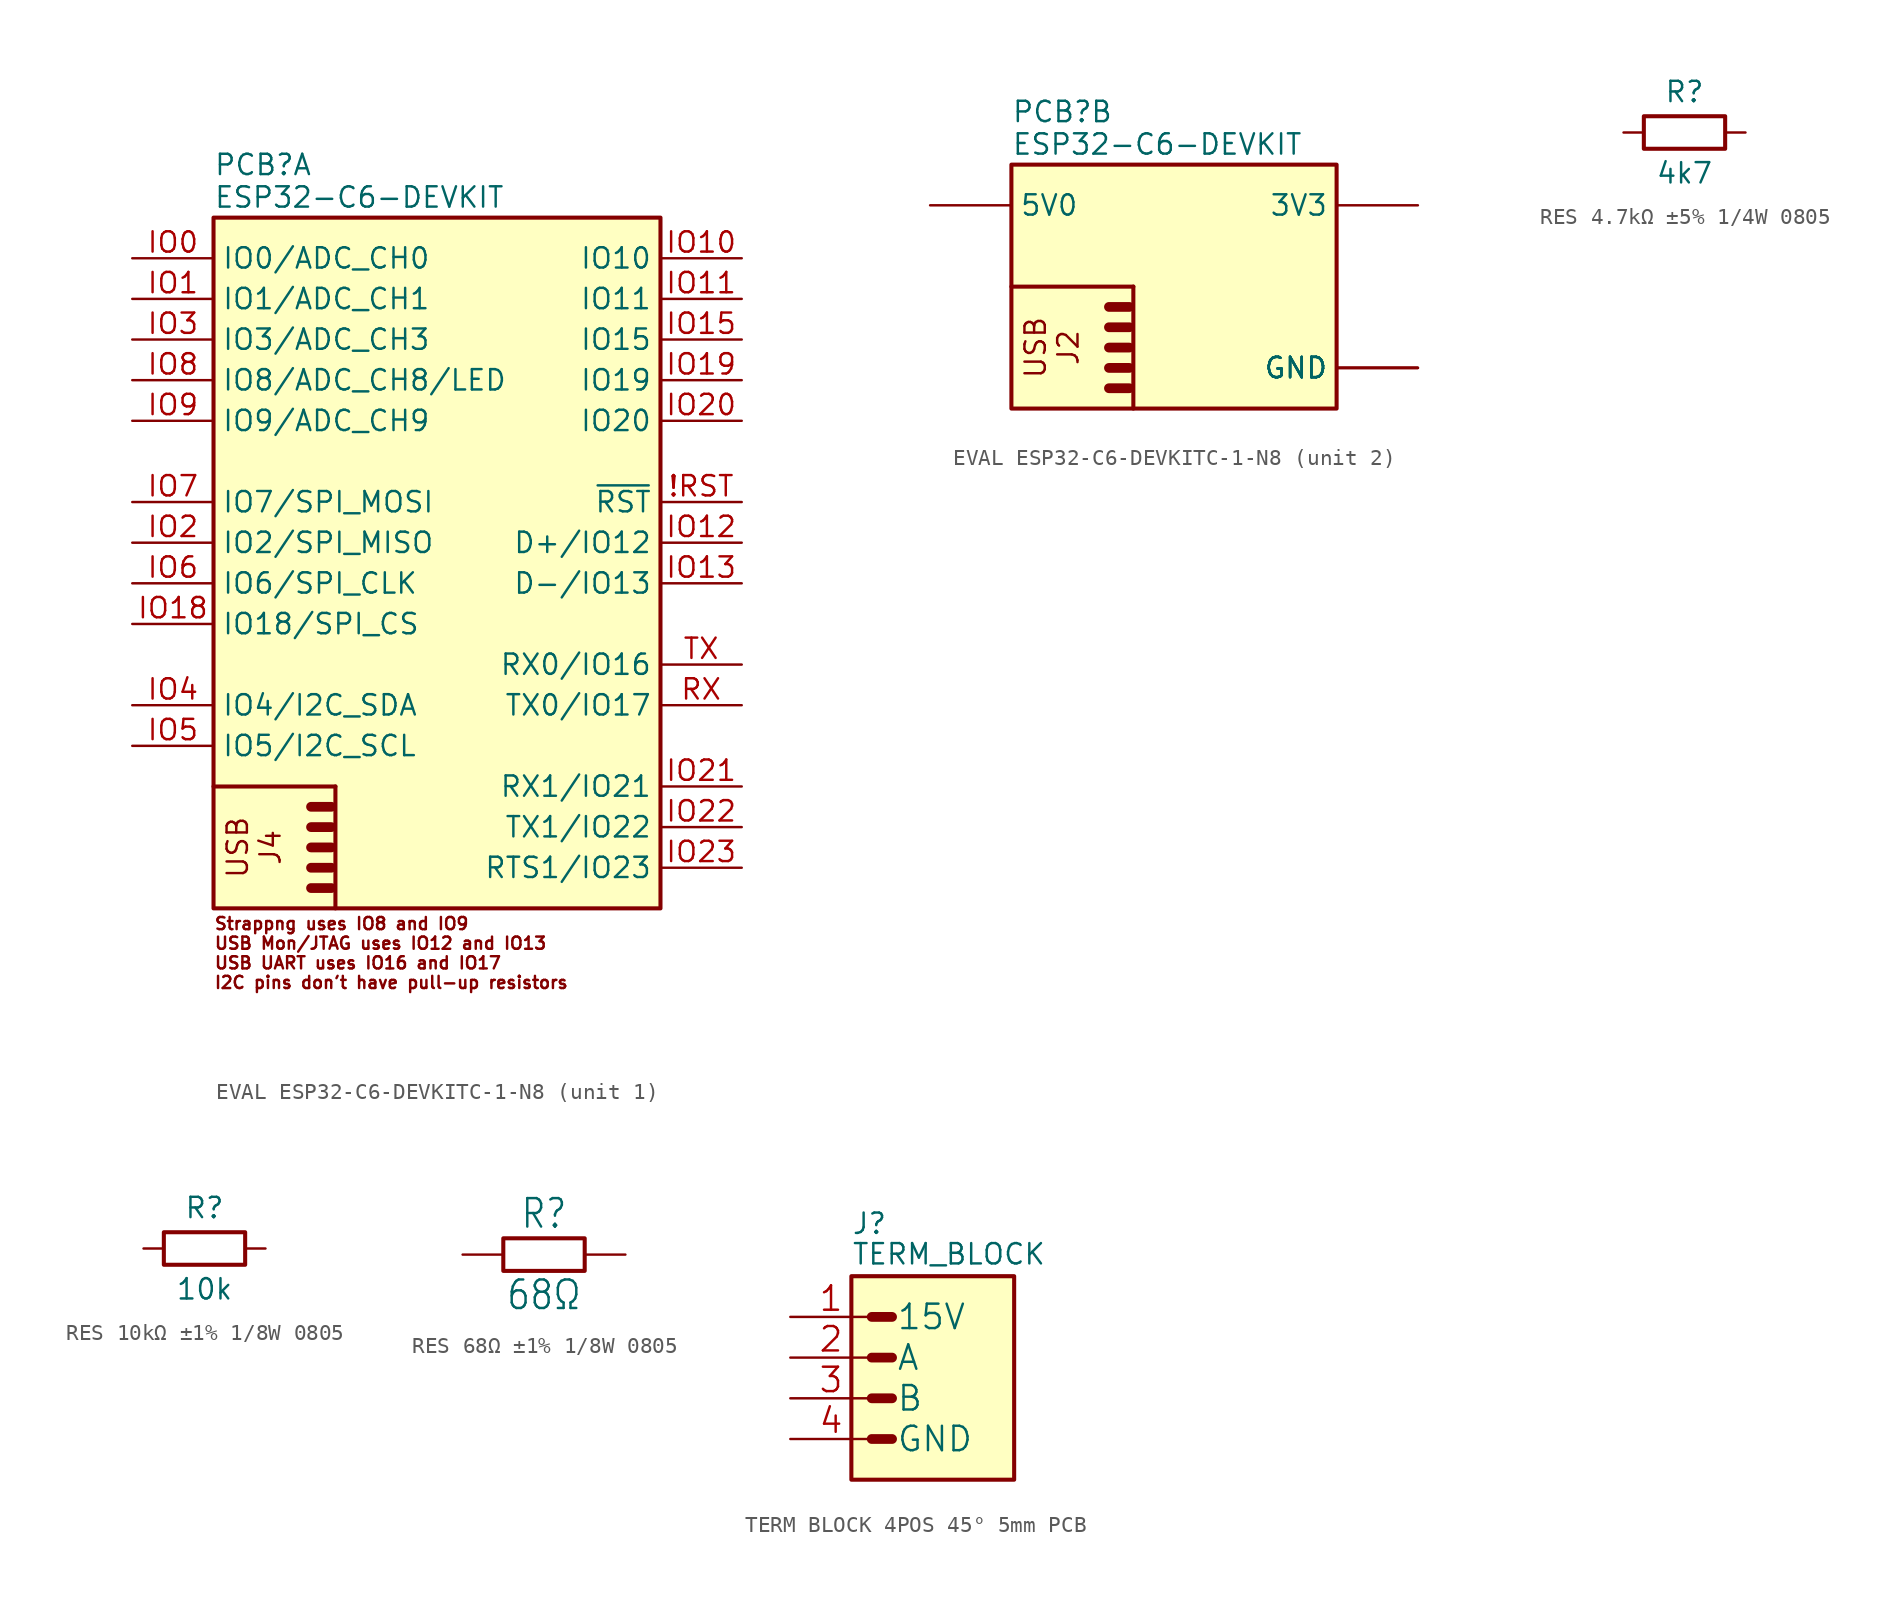
<source format=kicad_sym>
(kicad_symbol_lib
  (version 20241209)
  (generator "kicad_symbol_editor")
  (generator_version "9.0")
  (symbol "EVAL ESP32-C6-DEVKITC-1-N8"
    (property "Reference" "PCB"
      (at 0 3.302 0)
      (effects (font (size 1.27 1.27)) (justify left)))
    (property "Value" "ESP32-C6-DEVKIT"
      (at 0 1.27 0)
      (effects (font (size 1.27 1.27)) (justify left)))
    (property "ki_locked" ""
      (at 0 0 0)
      (effects (font (size 1.27 1.27))))
    (symbol "EVAL ESP32-C6-DEVKITC-1-N8_1_0"
      (unit_name "I/O")
      (polyline (pts (xy 6.096 -36.83) (xy 7.366 -36.83)) (stroke (width 0.61) (type solid)) (fill (type none)))
      (polyline (pts (xy 6.096 -38.1) (xy 7.366 -38.1)) (stroke (width 0.61) (type solid)) (fill (type none)))
      (polyline (pts (xy 6.096 -39.37) (xy 7.366 -39.37)) (stroke (width 0.61) (type solid)) (fill (type none)))
      (polyline (pts (xy 6.096 -40.64) (xy 7.366 -40.64)) (stroke (width 0.61) (type solid)) (fill (type none)))
      (polyline (pts (xy 6.096 -41.91) (xy 7.366 -41.91)) (stroke (width 0.61) (type solid)) (fill (type none)))
      (polyline (pts (xy 7.62 -35.56) (xy 0 -35.56)) (stroke (width 0.254) (type solid)) (fill (type none)))
      (polyline (pts (xy 7.62 -35.56) (xy 7.62 -43.18)) (stroke (width 0.254) (type solid)) (fill (type none)))
      (text "Strappng uses IO8 and IO9\nUSB Mon/JTAG uses IO12 and IO13\nUSB UART uses IO16 and IO17\nI2C pins don't have pull-up resistors" (at 0 -48.26 0) (effects (font (size 0.762 0.762)) (justify left bottom)))
      (text "USB\nJ4" (at 0.762 -39.37 900) (effects (font (size 1.27 1.27)) (justify top)))
      (pin bidirectional line (at -5.08 -2.54 0) (length 5.08) (name "IO0/ADC_CH0" (effects (font (size 1.27 1.27)))) (number "IO0" (effects (font (size 1.27 1.27)))))
      (pin bidirectional line (at -5.08 -5.08 0) (length 5.08) (name "IO1/ADC_CH1" (effects (font (size 1.27 1.27)))) (number "IO1" (effects (font (size 1.27 1.27)))))
      (pin bidirectional line (at -5.08 -7.62 0) (length 5.08) (name "IO3/ADC_CH3" (effects (font (size 1.27 1.27)))) (number "IO3" (effects (font (size 1.27 1.27)))))
      (pin bidirectional line (at -5.08 -10.16 0) (length 5.08) (name "IO8/ADC_CH8/LED" (effects (font (size 1.27 1.27)))) (number "IO8" (effects (font (size 1.27 1.27)))))
      (pin bidirectional line (at -5.08 -12.7 0) (length 5.08) (name "IO9/ADC_CH9" (effects (font (size 1.27 1.27)))) (number "IO9" (effects (font (size 1.27 1.27)))))
      (pin bidirectional line (at -5.08 -17.78 0) (length 5.08) (name "IO7/SPI_MOSI" (effects (font (size 1.27 1.27)))) (number "IO7" (effects (font (size 1.27 1.27)))))
      (pin bidirectional line (at -5.08 -20.32 0) (length 5.08) (name "IO2/SPI_MISO" (effects (font (size 1.27 1.27)))) (number "IO2" (effects (font (size 1.27 1.27)))))
      (pin bidirectional line (at -5.08 -22.86 0) (length 5.08) (name "IO6/SPI_CLK" (effects (font (size 1.27 1.27)))) (number "IO6" (effects (font (size 1.27 1.27)))))
      (pin bidirectional line (at -5.08 -25.4 0) (length 5.08) (name "IO18/SPI_CS" (effects (font (size 1.27 1.27)))) (number "IO18" (effects (font (size 1.27 1.27)))))
      (pin bidirectional line (at -5.08 -30.48 0) (length 5.08) (name "IO4/I2C_SDA" (effects (font (size 1.27 1.27)))) (number "IO4" (effects (font (size 1.27 1.27)))))
      (pin bidirectional line (at -5.08 -33.02 0) (length 5.08) (name "IO5/I2C_SCL" (effects (font (size 1.27 1.27)))) (number "IO5" (effects (font (size 1.27 1.27)))))
      (pin bidirectional line (at 33.02 -2.54 180) (length 5.08) (name "IO10" (effects (font (size 1.27 1.27)))) (number "IO10" (effects (font (size 1.27 1.27)))))
      (pin bidirectional line (at 33.02 -5.08 180) (length 5.08) (name "IO11" (effects (font (size 1.27 1.27)))) (number "IO11" (effects (font (size 1.27 1.27)))))
      (pin bidirectional line (at 33.02 -7.62 180) (length 5.08) (name "IO15" (effects (font (size 1.27 1.27)))) (number "IO15" (effects (font (size 1.27 1.27)))))
      (pin bidirectional line (at 33.02 -10.16 180) (length 5.08) (name "IO19" (effects (font (size 1.27 1.27)))) (number "IO19" (effects (font (size 1.27 1.27)))))
      (pin bidirectional line (at 33.02 -12.7 180) (length 5.08) (name "IO20" (effects (font (size 1.27 1.27)))) (number "IO20" (effects (font (size 1.27 1.27)))))
      (pin unspecified line (at 33.02 -17.78 180) (length 5.08) (name "~{RST}" (effects (font (size 1.27 1.27)))) (number "!RST" (effects (font (size 1.27 1.27)))))
      (pin unspecified line (at 33.02 -20.32 180) (length 5.08) (name "D+/IO12" (effects (font (size 1.27 1.27)))) (number "IO12" (effects (font (size 1.27 1.27)))))
      (pin unspecified line (at 33.02 -22.86 180) (length 5.08) (name "D-/IO13" (effects (font (size 1.27 1.27)))) (number "IO13" (effects (font (size 1.27 1.27)))))
      (pin unspecified line (at 33.02 -27.94 180) (length 5.08) (name "RX0/IO16" (effects (font (size 1.27 1.27)))) (number "TX" (effects (font (size 1.27 1.27)))))
      (pin unspecified line (at 33.02 -30.48 180) (length 5.08) (name "TX0/IO17" (effects (font (size 1.27 1.27)))) (number "RX" (effects (font (size 1.27 1.27)))))
      (pin bidirectional line (at 33.02 -35.56 180) (length 5.08) (name "RX1/IO21" (effects (font (size 1.27 1.27)))) (number "IO21" (effects (font (size 1.27 1.27)))))
      (pin bidirectional line (at 33.02 -38.1 180) (length 5.08) (name "TX1/IO22" (effects (font (size 1.27 1.27)))) (number "IO22" (effects (font (size 1.27 1.27)))))
      (pin bidirectional line (at 33.02 -40.64 180) (length 5.08) (name "RTS1/IO23" (effects (font (size 1.27 1.27)))) (number "IO23" (effects (font (size 1.27 1.27))))))
    (symbol "EVAL ESP32-C6-DEVKITC-1-N8_1_1"
      (unit_name "I/O")
      (rectangle (start 0 0) (end 27.94 -43.18) (stroke (width 0.254) (type default)) (fill (type background))))
    (symbol "EVAL ESP32-C6-DEVKITC-1-N8_2_0"
      (unit_name "P")
      (polyline (pts (xy 6.096 -8.89) (xy 7.366 -8.89)) (stroke (width 0.61) (type solid)) (fill (type none)))
      (polyline (pts (xy 6.096 -10.16) (xy 7.366 -10.16)) (stroke (width 0.61) (type solid)) (fill (type none)))
      (polyline (pts (xy 6.096 -11.43) (xy 7.366 -11.43)) (stroke (width 0.61) (type solid)) (fill (type none)))
      (polyline (pts (xy 6.096 -12.7) (xy 7.366 -12.7)) (stroke (width 0.61) (type solid)) (fill (type none)))
      (polyline (pts (xy 6.096 -13.97) (xy 7.366 -13.97)) (stroke (width 0.61) (type solid)) (fill (type none)))
      (polyline (pts (xy 7.62 -7.62) (xy 0 -7.62)) (stroke (width 0.254) (type solid)) (fill (type none)))
      (polyline (pts (xy 7.62 -7.62) (xy 7.62 -15.24)) (stroke (width 0.254) (type solid)) (fill (type none)))
      (text "USB\nJ2" (at 0.762 -11.43 900) (effects (font (size 1.27 1.27)) (justify top)))
      (pin power_in line (at -5.08 -2.54 0) (length 5.08) (name "5V0" (effects (font (size 1.27 1.27)))) (number "5V0" (effects (font (size 0 0)))))
      (pin power_out line (at 25.4 -2.54 180) (length 5.08) (name "3V3" (effects (font (size 1.27 1.27)))) (number "3V3" (effects (font (size 0 0)))))
      (pin power_in line (at 25.4 -12.7 180) (length 5.08) (name "GND" (effects (font (size 1.27 1.27)))) (number "GND" (effects (font (size 0 0)))))
      (pin power_in line (at 25.4 -12.7 180) (length 5.08) (name "GND" (effects (font (size 1.27 1.27)))) (number "GND@1" (effects (font (size 0 0)))))
      (pin power_in line (at 25.4 -12.7 180) (length 5.08) (name "GND" (effects (font (size 1.27 1.27)))) (number "GND@2" (effects (font (size 0 0)))))
      (pin power_in line (at 25.4 -12.7 180) (length 5.08) (name "GND" (effects (font (size 1.27 1.27)))) (number "GND@3" (effects (font (size 0 0))))))
    (symbol "EVAL ESP32-C6-DEVKITC-1-N8_2_1"
      (unit_name "P")
      (rectangle (start 0 0) (end 20.32 -15.24) (stroke (width 0.254) (type default)) (fill (type background)))))
  (symbol "RES 4.7kΩ ±5% 1/4W 0805"
    (pin_numbers
      (hide yes))
    (pin_names
      (offset 0)
      (hide yes))
    (property "Reference" "R"
      (at 3.81 2.54 0)
      (effects (font (size 1.27 1.27))))
    (property "Value" "4k7"
      (at 3.81 -2.54 0)
      (effects (font (size 1.27 1.27))))
    (symbol "RES 4.7kΩ ±5% 1/4W 0805_0_1"
      (rectangle (start 1.27 1.016) (end 6.35 -1.016) (stroke (width 0.254) (type default)) (fill (type none))))
    (symbol "RES 4.7kΩ ±5% 1/4W 0805_1_1"
      (pin passive line (at 0 0 0) (length 1.27) (name "~" (effects (font (size 1.27 1.27)))) (number "1" (effects (font (size 1.27 1.27)))))
      (pin passive line (at 7.62 0 180) (length 1.27) (name "~" (effects (font (size 1.27 1.27)))) (number "2" (effects (font (size 1.27 1.27)))))))
  (symbol "RES 10kΩ ±1% 1/8W 0805"
    (pin_numbers
      (hide yes))
    (pin_names
      (offset 0)
      (hide yes))
    (property "Reference" "R"
      (at 3.81 2.54 0)
      (effects (font (size 1.27 1.27))))
    (property "Value" "10k"
      (at 3.81 -2.54 0)
      (effects (font (size 1.27 1.27))))
    (symbol "RES 10kΩ ±1% 1/8W 0805_0_1"
      (rectangle (start 1.27 1.016) (end 6.35 -1.016) (stroke (width 0.254) (type default)) (fill (type none))))
    (symbol "RES 10kΩ ±1% 1/8W 0805_1_1"
      (pin passive line (at 0 0 0) (length 1.27) (name "~" (effects (font (size 1.27 1.27)))) (number "1" (effects (font (size 1.27 1.27)))))
      (pin passive line (at 7.62 0 180) (length 1.27) (name "~" (effects (font (size 1.27 1.27)))) (number "2" (effects (font (size 1.27 1.27)))))))
  (symbol "RES 68Ω ±1% 1/8W 0805"
    (pin_numbers
      (hide yes))
    (pin_names
      (hide yes))
    (property "Reference" "R"
      (at 0 1.524 0)
      (effects (font (size 1.778 1.511)) (justify bottom)))
    (property "Value" "68Ω"
      (at 0 -3.556 0)
      (effects (font (size 1.778 1.511)) (justify bottom)))
    (symbol "RES 68Ω ±1% 1/8W 0805_0_1"
      (rectangle (start -2.54 1.016) (end 2.54 -1.016) (stroke (width 0.254) (type default)) (fill (type none))))
    (symbol "RES 68Ω ±1% 1/8W 0805_1_0"
      (pin passive line (at -5.08 0 0) (length 2.54) (name "1" (effects (font (size 0 0)))) (number "1" (effects (font (size 0 0)))))
      (pin passive line (at 5.08 0 180) (length 2.54) (name "2" (effects (font (size 0 0)))) (number "2" (effects (font (size 0 0)))))))
  (symbol "TERM BLOCK 4POS 45° 5mm PCB"
    (pin_names
      (offset 1.524))
    (property "Reference" "J"
      (at 0 2.54 0)
      (effects (font (size 1.27 1.27)) (justify left bottom)))
    (property "Value" "TERM_BLOCK"
      (at 0 0.635 0)
      (effects (font (size 1.27 1.27)) (justify left bottom)))
    (symbol "TERM BLOCK 4POS 45° 5mm PCB_1_0"
      (polyline (pts (xy 1.27 -2.54) (xy 2.54 -2.54)) (stroke (width 0.61) (type solid)) (fill (type none)))
      (polyline (pts (xy 1.27 -5.08) (xy 2.54 -5.08)) (stroke (width 0.61) (type solid)) (fill (type none)))
      (polyline (pts (xy 2.54 -7.62) (xy 1.27 -7.62)) (stroke (width 0.61) (type solid)) (fill (type none)))
      (polyline (pts (xy 2.54 -10.16) (xy 1.27 -10.16)) (stroke (width 0.61) (type solid)) (fill (type none)))
      (pin power_out line (at -3.81 -2.54 0) (length 5.08) (name "15V" (effects (font (size 1.524 1.524)))) (number "1" (effects (font (size 1.524 1.524)))))
      (pin passive line (at -3.81 -5.08 0) (length 5.08) (name "A" (effects (font (size 1.524 1.524)))) (number "2" (effects (font (size 1.524 1.524)))))
      (pin passive line (at -3.81 -7.62 0) (length 5.08) (name "B" (effects (font (size 1.524 1.524)))) (number "3" (effects (font (size 1.524 1.524)))))
      (pin power_out line (at -3.81 -10.16 0) (length 5.08) (name "GND" (effects (font (size 1.524 1.524)))) (number "4" (effects (font (size 1.524 1.524))))))
    (symbol "TERM BLOCK 4POS 45° 5mm PCB_1_1"
      (rectangle (start 0 0) (end 10.16 -12.7) (stroke (width 0.254) (type default)) (fill (type background))))))
</source>
